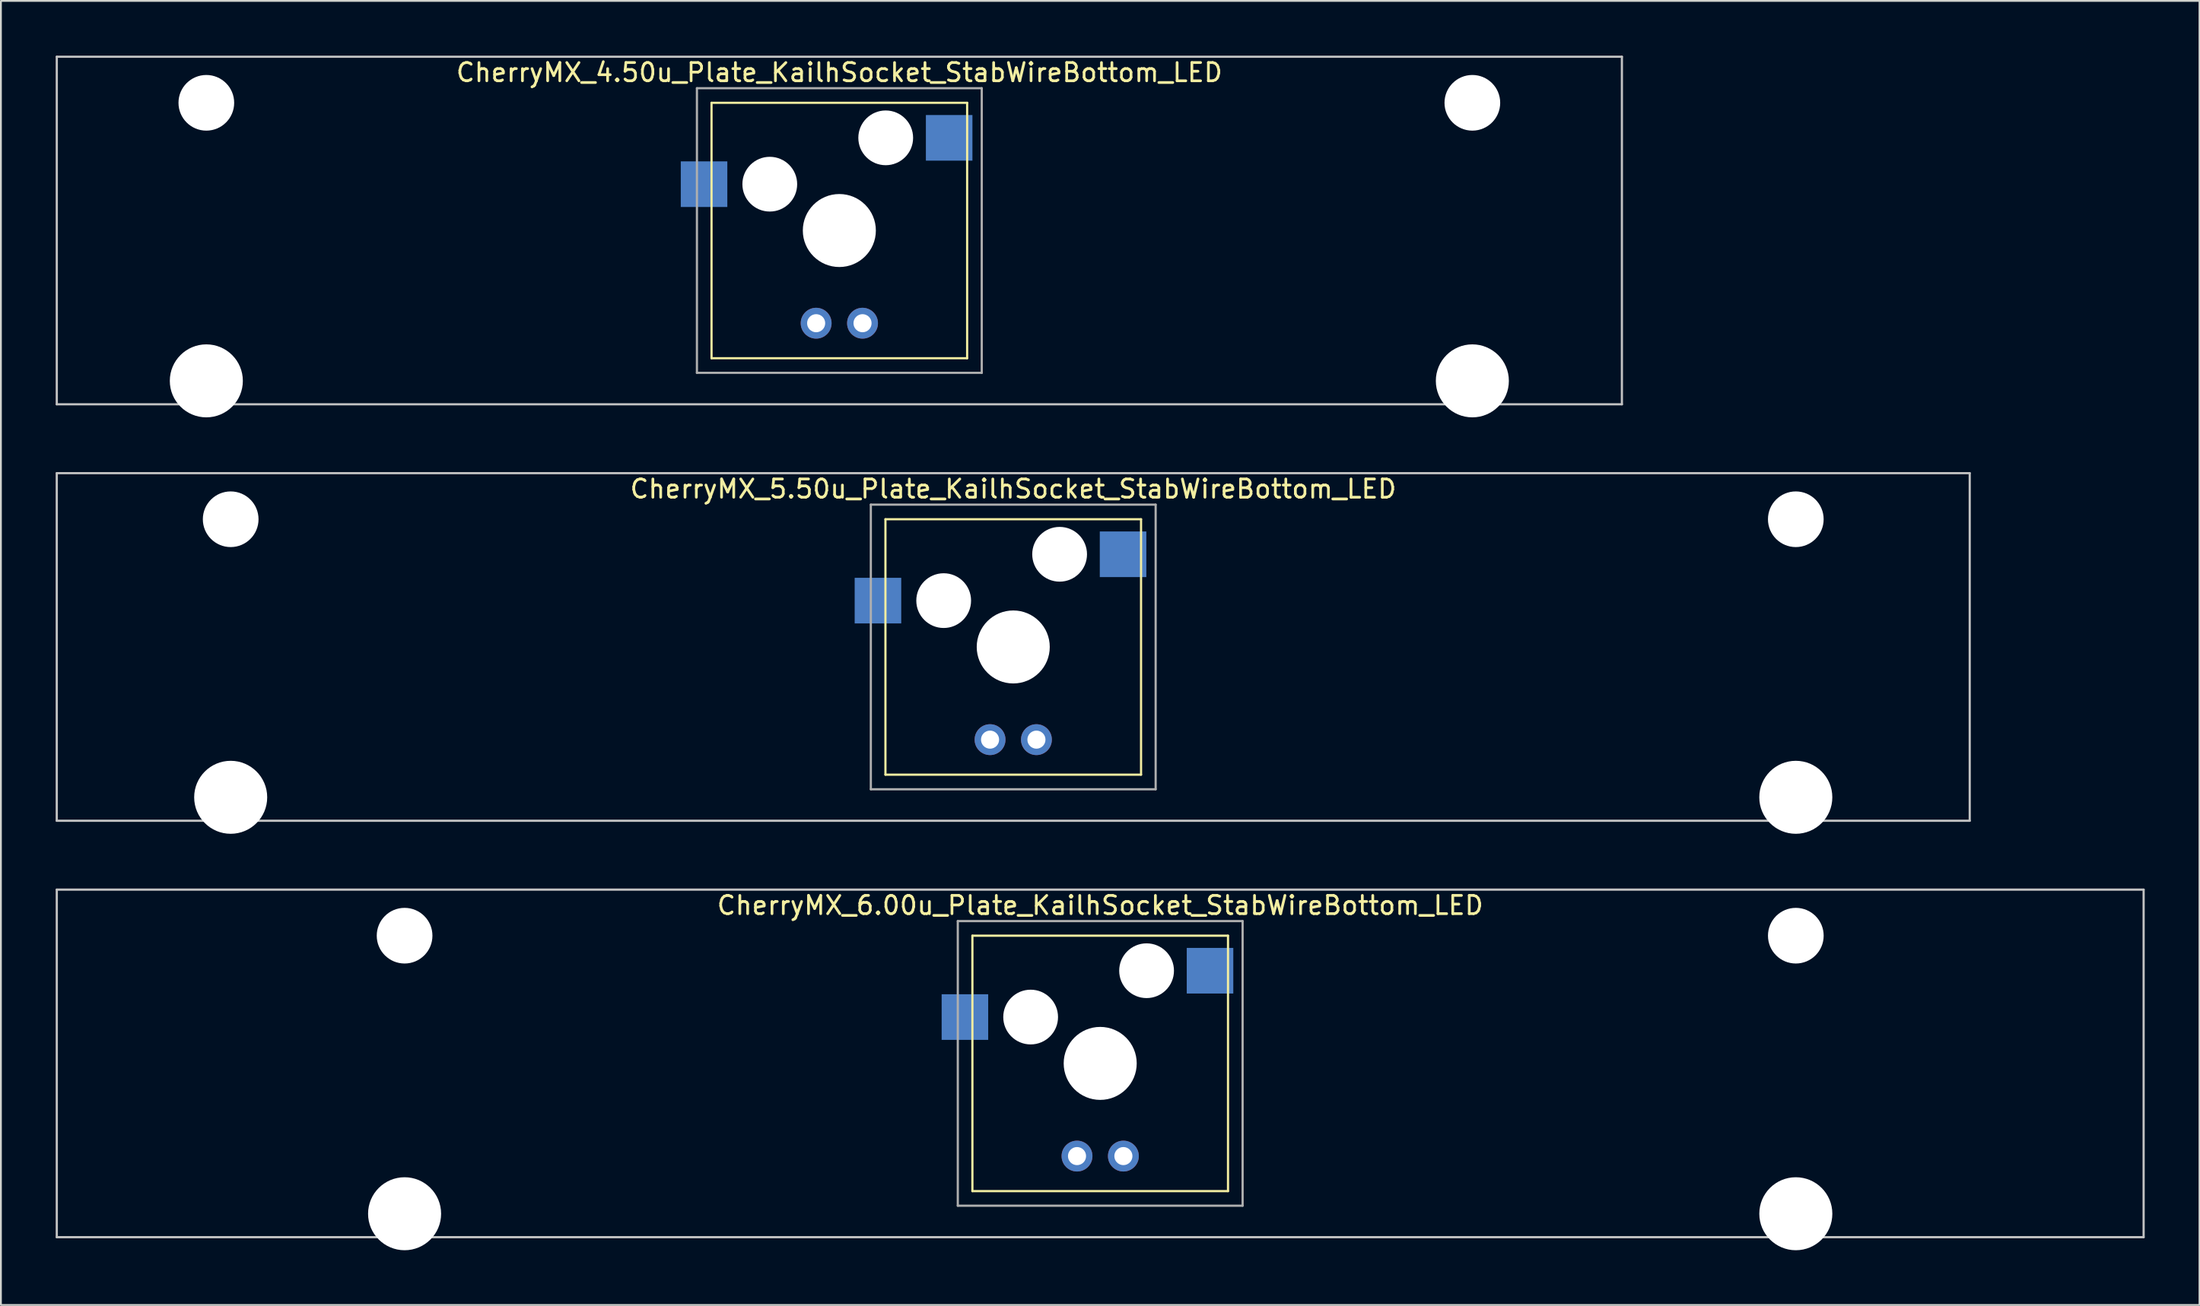
<source format=kicad_pcb>
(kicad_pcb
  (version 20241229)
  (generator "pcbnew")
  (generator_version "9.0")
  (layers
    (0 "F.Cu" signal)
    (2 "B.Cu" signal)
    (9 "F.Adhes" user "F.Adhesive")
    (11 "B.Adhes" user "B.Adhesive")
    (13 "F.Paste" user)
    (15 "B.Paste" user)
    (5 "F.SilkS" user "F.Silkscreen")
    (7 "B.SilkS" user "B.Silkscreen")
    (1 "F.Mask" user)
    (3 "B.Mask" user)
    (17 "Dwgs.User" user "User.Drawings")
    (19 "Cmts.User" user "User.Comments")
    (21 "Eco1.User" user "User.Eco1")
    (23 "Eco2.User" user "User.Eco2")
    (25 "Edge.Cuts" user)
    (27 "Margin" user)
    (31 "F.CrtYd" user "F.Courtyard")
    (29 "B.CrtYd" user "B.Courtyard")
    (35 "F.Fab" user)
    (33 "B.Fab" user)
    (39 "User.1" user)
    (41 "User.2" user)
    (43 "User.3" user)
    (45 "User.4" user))
  (footprint "CherryMX_4.50u_Plate_KailhSocket_StabWireBottom_LED"
    (layer "F.Cu")
    (at 42.922 9.585)
    (property "Reference" "CherryMX_4.50u_Plate_KailhSocket_StabWireBottom_LED" (at 0 -8.662 0) (layer "F.SilkS") (effects (font (size 1 1) (thickness 0.15))))
    (attr through_hole)
    (fp_line (start -7 -7) (end -7 7) (stroke (width 0.12) (type solid)) (layer "F.SilkS"))
    (fp_line (start -7 -7) (end 7 -7) (stroke (width 0.12) (type solid)) (layer "F.SilkS"))
    (fp_line (start 7 -7) (end 7 7) (stroke (width 0.12) (type solid)) (layer "F.SilkS"))
    (fp_line (start 7 7) (end -7 7) (stroke (width 0.12) (type solid)) (layer "F.SilkS"))
    (fp_line (start -42.862 -9.525) (end 42.862 -9.525) (stroke (width 0.12) (type solid)) (layer "Dwgs.User"))
    (fp_line (start -42.862 9.525) (end -42.862 -9.525) (stroke (width 0.12) (type solid)) (layer "Dwgs.User"))
    (fp_line (start 42.862 -9.525) (end 42.862 9.525) (stroke (width 0.12) (type solid)) (layer "Dwgs.User"))
    (fp_line (start 42.862 9.525) (end -42.862 9.525) (stroke (width 0.12) (type solid)) (layer "Dwgs.User"))
    (fp_line (start -7.8 -7.8) (end -7.8 7.8) (stroke (width 0.12) (type solid)) (layer "F.Fab"))
    (fp_line (start -7.8 -7.8) (end 7.8 -7.8) (stroke (width 0.12) (type solid)) (layer "F.Fab"))
    (fp_line (start -7.8 7.8) (end 7.8 7.8) (stroke (width 0.12) (type solid)) (layer "F.Fab"))
    (fp_line (start 7.8 -7.8) (end 7.8 7.8) (stroke (width 0.12) (type solid)) (layer "F.Fab"))
    (pad "" np_thru_hole circle (at -34.671 -7) (size 3.05 3.05) (drill 3.05) (layers "*.Cu" "*.Mask"))
    (pad "" np_thru_hole circle (at -34.671 8.24) (size 4 4) (drill 4) (layers "*.Cu" "*.Mask"))
    (pad "" np_thru_hole circle (at -3.81 -2.54) (size 3 3) (drill 3) (layers "*.Cu" "*.Mask"))
    (pad "" np_thru_hole circle (at 0 0) (size 4 4) (drill 4) (layers "*.Cu" "*.Mask"))
    (pad "" np_thru_hole circle (at 2.54 -5.08) (size 3 3) (drill 3) (layers "*.Cu" "*.Mask"))
    (pad "" np_thru_hole circle (at 34.671 -7) (size 3.05 3.05) (drill 3.05) (layers "*.Cu" "*.Mask"))
    (pad "" np_thru_hole circle (at 34.671 8.24) (size 4 4) (drill 4) (layers "*.Cu" "*.Mask"))
    (pad "1" smd rect (at -7.41 -2.54) (size 2.55 2.5) (layers "B.Cu" "B.Mask" "B.Paste"))
    (pad "2" smd rect (at 6.015 -5.08) (size 2.55 2.5) (layers "B.Cu" "B.Mask" "B.Paste"))
    (pad "3" thru_hole circle (at -1.27 5.08) (size 1.691 1.691) (drill 0.991) (layers "*.Cu" "*.Mask"))
    (pad "4" thru_hole circle (at 1.27 5.08) (size 1.691 1.691) (drill 0.991) (layers "*.Cu" "*.Mask")))
  (footprint "CherryMX_6.00u_Plate_KailhSocket_StabWireBottom_LED"
    (layer "F.Cu")
    (at 57.21 55.235)
    (property "Reference" "CherryMX_6.00u_Plate_KailhSocket_StabWireBottom_LED" (at 0 -8.662 0) (layer "F.SilkS") (effects (font (size 1 1) (thickness 0.15))))
    (attr through_hole)
    (fp_line (start -7 -7) (end -7 7) (stroke (width 0.12) (type solid)) (layer "F.SilkS"))
    (fp_line (start -7 -7) (end 7 -7) (stroke (width 0.12) (type solid)) (layer "F.SilkS"))
    (fp_line (start 7 -7) (end 7 7) (stroke (width 0.12) (type solid)) (layer "F.SilkS"))
    (fp_line (start 7 7) (end -7 7) (stroke (width 0.12) (type solid)) (layer "F.SilkS"))
    (fp_line (start -57.15 -9.525) (end 57.15 -9.525) (stroke (width 0.12) (type solid)) (layer "Dwgs.User"))
    (fp_line (start -57.15 9.525) (end -57.15 -9.525) (stroke (width 0.12) (type solid)) (layer "Dwgs.User"))
    (fp_line (start 57.15 -9.525) (end 57.15 9.525) (stroke (width 0.12) (type solid)) (layer "Dwgs.User"))
    (fp_line (start 57.15 9.525) (end -57.15 9.525) (stroke (width 0.12) (type solid)) (layer "Dwgs.User"))
    (fp_line (start -7.8 -7.8) (end -7.8 7.8) (stroke (width 0.12) (type solid)) (layer "F.Fab"))
    (fp_line (start -7.8 -7.8) (end 7.8 -7.8) (stroke (width 0.12) (type solid)) (layer "F.Fab"))
    (fp_line (start -7.8 7.8) (end 7.8 7.8) (stroke (width 0.12) (type solid)) (layer "F.Fab"))
    (fp_line (start 7.8 -7.8) (end 7.8 7.8) (stroke (width 0.12) (type solid)) (layer "F.Fab"))
    (pad "" np_thru_hole circle (at -38.1 -7) (size 3.05 3.05) (drill 3.05) (layers "*.Cu" "*.Mask"))
    (pad "" np_thru_hole circle (at -38.1 8.24) (size 4 4) (drill 4) (layers "*.Cu" "*.Mask"))
    (pad "" np_thru_hole circle (at -3.81 -2.54) (size 3 3) (drill 3) (layers "*.Cu" "*.Mask"))
    (pad "" np_thru_hole circle (at 0 0) (size 4 4) (drill 4) (layers "*.Cu" "*.Mask"))
    (pad "" np_thru_hole circle (at 2.54 -5.08) (size 3 3) (drill 3) (layers "*.Cu" "*.Mask"))
    (pad "" np_thru_hole circle (at 38.1 -7) (size 3.05 3.05) (drill 3.05) (layers "*.Cu" "*.Mask"))
    (pad "" np_thru_hole circle (at 38.1 8.24) (size 4 4) (drill 4) (layers "*.Cu" "*.Mask"))
    (pad "1" smd rect (at -7.41 -2.54) (size 2.55 2.5) (layers "B.Cu" "B.Mask" "B.Paste"))
    (pad "2" smd rect (at 6.015 -5.08) (size 2.55 2.5) (layers "B.Cu" "B.Mask" "B.Paste"))
    (pad "3" thru_hole circle (at -1.27 5.08) (size 1.691 1.691) (drill 0.991) (layers "*.Cu" "*.Mask"))
    (pad "4" thru_hole circle (at 1.27 5.08) (size 1.691 1.691) (drill 0.991) (layers "*.Cu" "*.Mask")))
  (footprint "CherryMX_5.50u_Plate_KailhSocket_StabWireBottom_LED"
    (layer "F.Cu")
    (at 52.447 32.41)
    (property "Reference" "CherryMX_5.50u_Plate_KailhSocket_StabWireBottom_LED" (at 0 -8.662 0) (layer "F.SilkS") (effects (font (size 1 1) (thickness 0.15))))
    (attr through_hole)
    (fp_line (start -7 -7) (end -7 7) (stroke (width 0.12) (type solid)) (layer "F.SilkS"))
    (fp_line (start -7 -7) (end 7 -7) (stroke (width 0.12) (type solid)) (layer "F.SilkS"))
    (fp_line (start 7 -7) (end 7 7) (stroke (width 0.12) (type solid)) (layer "F.SilkS"))
    (fp_line (start 7 7) (end -7 7) (stroke (width 0.12) (type solid)) (layer "F.SilkS"))
    (fp_line (start -52.388 -9.525) (end 52.388 -9.525) (stroke (width 0.12) (type solid)) (layer "Dwgs.User"))
    (fp_line (start -52.388 9.525) (end -52.388 -9.525) (stroke (width 0.12) (type solid)) (layer "Dwgs.User"))
    (fp_line (start 52.388 -9.525) (end 52.388 9.525) (stroke (width 0.12) (type solid)) (layer "Dwgs.User"))
    (fp_line (start 52.388 9.525) (end -52.388 9.525) (stroke (width 0.12) (type solid)) (layer "Dwgs.User"))
    (fp_line (start -7.8 -7.8) (end -7.8 7.8) (stroke (width 0.12) (type solid)) (layer "F.Fab"))
    (fp_line (start -7.8 -7.8) (end 7.8 -7.8) (stroke (width 0.12) (type solid)) (layer "F.Fab"))
    (fp_line (start -7.8 7.8) (end 7.8 7.8) (stroke (width 0.12) (type solid)) (layer "F.Fab"))
    (fp_line (start 7.8 -7.8) (end 7.8 7.8) (stroke (width 0.12) (type solid)) (layer "F.Fab"))
    (pad "" np_thru_hole circle (at -42.862 -7) (size 3.05 3.05) (drill 3.05) (layers "*.Cu" "*.Mask"))
    (pad "" np_thru_hole circle (at -42.862 8.24) (size 4 4) (drill 4) (layers "*.Cu" "*.Mask"))
    (pad "" np_thru_hole circle (at -3.81 -2.54) (size 3 3) (drill 3) (layers "*.Cu" "*.Mask"))
    (pad "" np_thru_hole circle (at 0 0) (size 4 4) (drill 4) (layers "*.Cu" "*.Mask"))
    (pad "" np_thru_hole circle (at 2.54 -5.08) (size 3 3) (drill 3) (layers "*.Cu" "*.Mask"))
    (pad "" np_thru_hole circle (at 42.862 -7) (size 3.05 3.05) (drill 3.05) (layers "*.Cu" "*.Mask"))
    (pad "" np_thru_hole circle (at 42.862 8.24) (size 4 4) (drill 4) (layers "*.Cu" "*.Mask"))
    (pad "1" smd rect (at -7.41 -2.54) (size 2.55 2.5) (layers "B.Cu" "B.Mask" "B.Paste"))
    (pad "2" smd rect (at 6.015 -5.08) (size 2.55 2.5) (layers "B.Cu" "B.Mask" "B.Paste"))
    (pad "3" thru_hole circle (at -1.27 5.08) (size 1.691 1.691) (drill 0.991) (layers "*.Cu" "*.Mask"))
    (pad "4" thru_hole circle (at 1.27 5.08) (size 1.691 1.691) (drill 0.991) (layers "*.Cu" "*.Mask")))
  (gr_rect
    (start -3 -3)
    (end 117.42 68.475)
    (stroke (width 0.1) (type default))
    (fill no)
    (layer "Edge.Cuts")))
</source>
